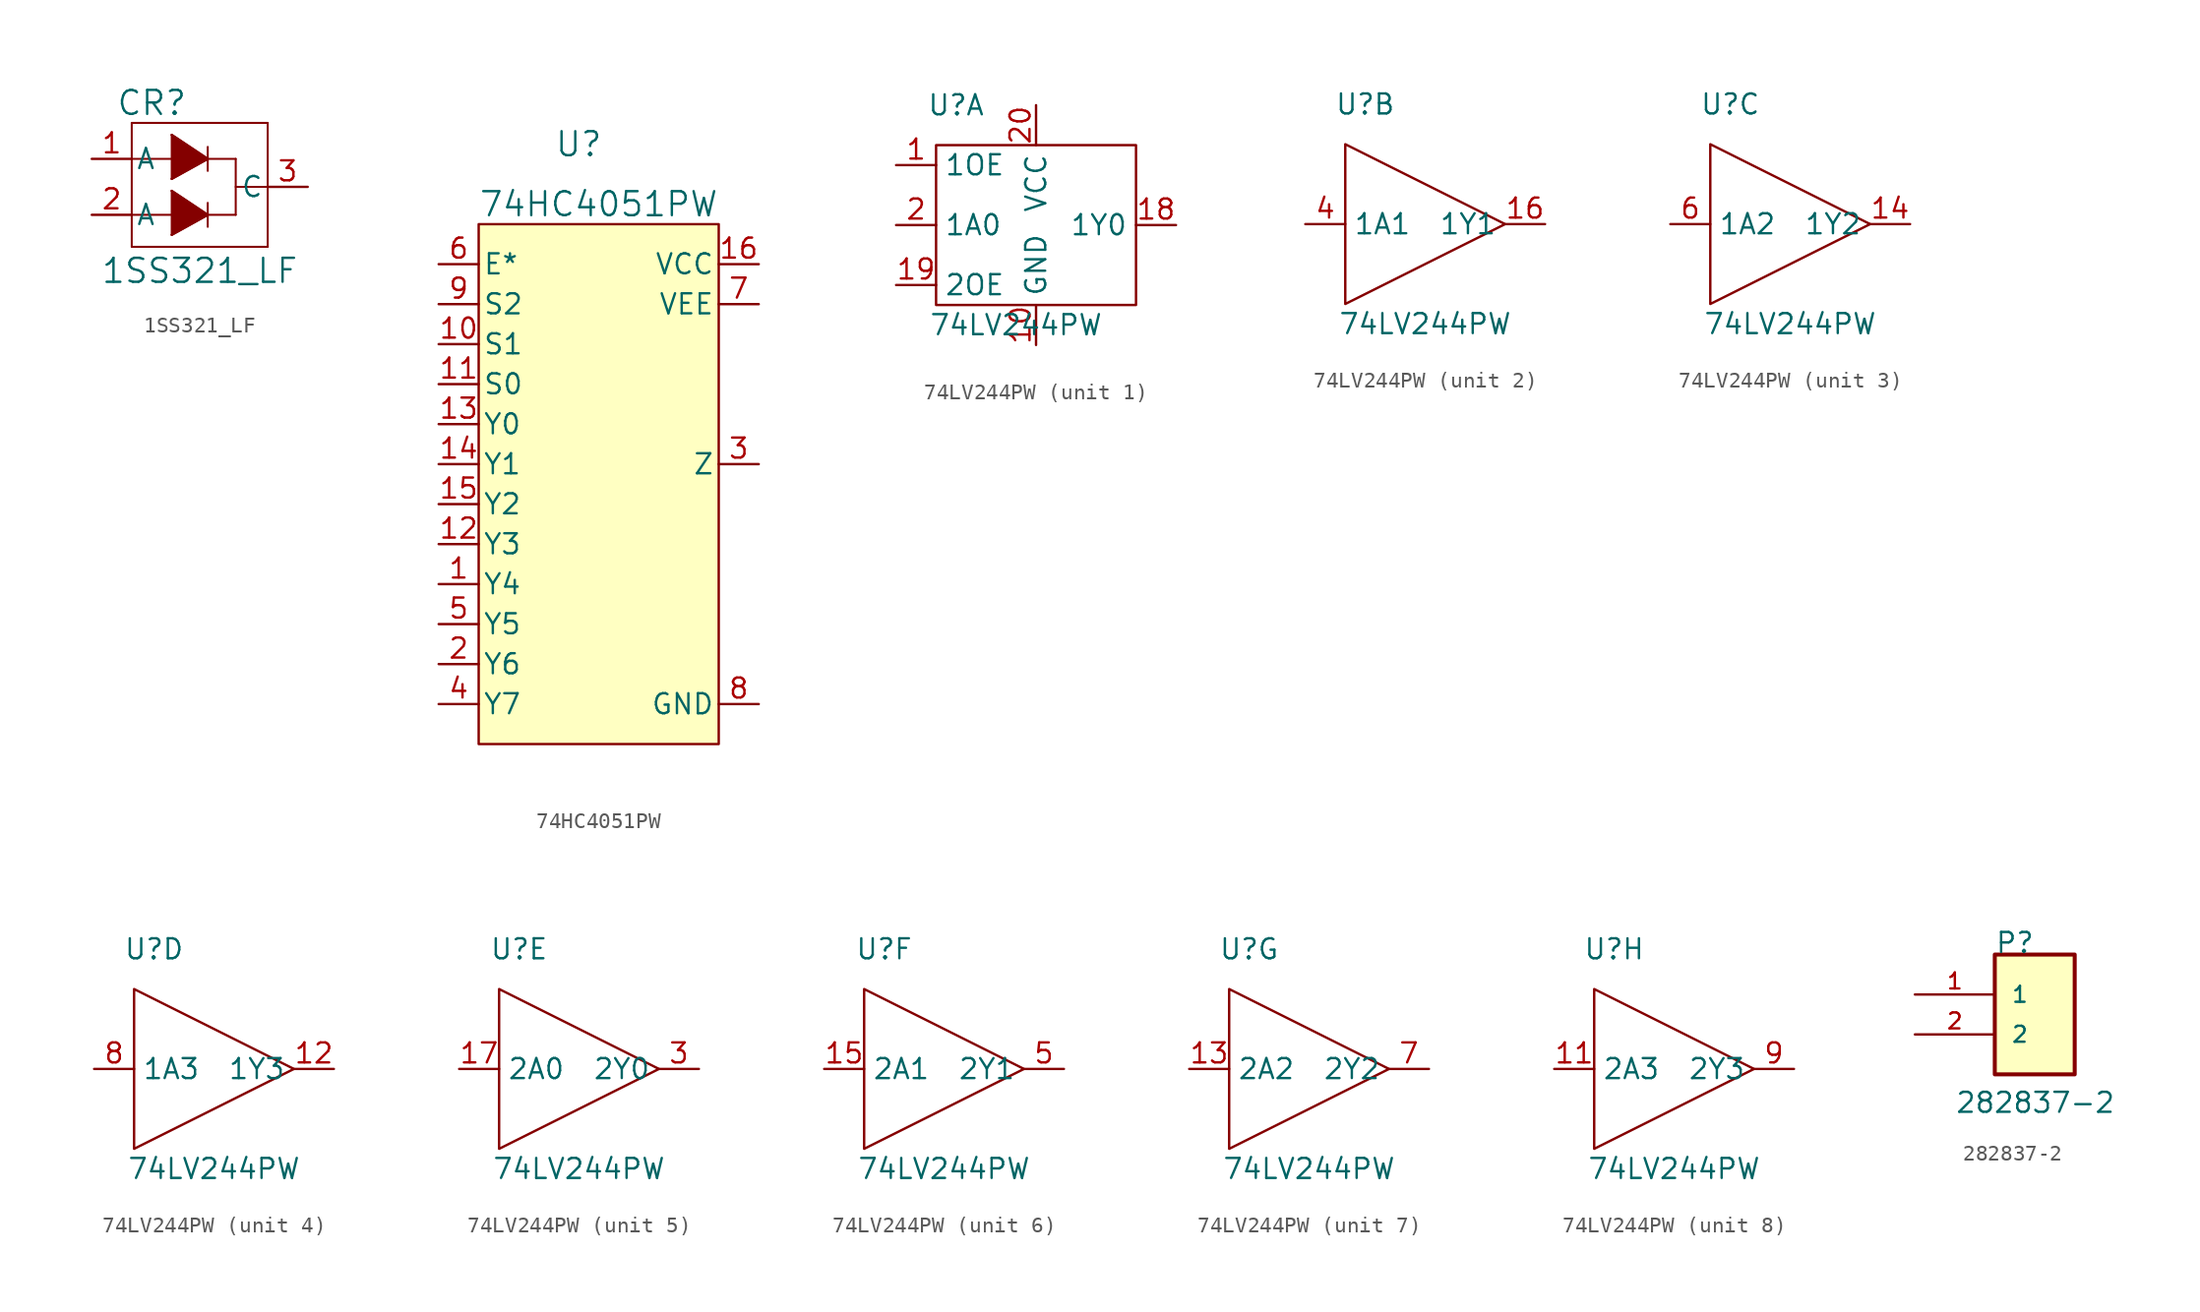
<source format=kicad_sym>
(kicad_symbol_lib
  (version 20211014)
  (generator kicad_symbol_editor)
  (symbol "1SS321_LF"
    (pin_names
      (offset 0.254))
    (property "Reference" "CR"
      (at 13.97 6.096 0)
      (effects (font (size 1.524 1.524))))
    (property "Value" "1SS321_LF"
      (at 17.018 -4.572 0)
      (effects (font (size 1.524 1.524))))
    (symbol "1SS321_LF_0_1"
      (polyline (pts (xy 12.7 -3.048) (xy 21.336 -3.048)) (stroke (width 0.127) (type default) (color 0 0 0 0)) (fill (type none)))
      (polyline (pts (xy 12.7 2.54) (xy 15.24 2.54)) (stroke (width 0.127) (type default) (color 0 0 0 0)) (fill (type none)))
      (polyline (pts (xy 12.7 4.826) (xy 12.7 -3.048)) (stroke (width 0.127) (type default) (color 0 0 0 0)) (fill (type none)))
      (polyline (pts (xy 15.24 -2.286) (xy 17.526 -1.016)) (stroke (width 0.127) (type default) (color 0 0 0 0)) (fill (type none)))
      (polyline (pts (xy 15.24 -1.016) (xy 12.7 -1.016)) (stroke (width 0.127) (type default) (color 0 0 0 0)) (fill (type none)))
      (polyline (pts (xy 15.24 0.508) (xy 15.24 -2.286)) (stroke (width 0.127) (type default) (color 0 0 0 0)) (fill (type none)))
      (polyline (pts (xy 15.24 1.27) (xy 17.526 2.54)) (stroke (width 0.127) (type default) (color 0 0 0 0)) (fill (type none)))
      (polyline (pts (xy 15.24 4.064) (xy 15.24 1.27)) (stroke (width 0.127) (type default) (color 0 0 0 0)) (fill (type none)))
      (polyline (pts (xy 17.526 -1.778) (xy 17.526 -0.254)) (stroke (width 0.127) (type default) (color 0 0 0 0)) (fill (type none)))
      (polyline (pts (xy 17.526 -1.016) (xy 15.24 0.508)) (stroke (width 0.127) (type default) (color 0 0 0 0)) (fill (type none)))
      (polyline (pts (xy 17.526 -1.016) (xy 19.304 -1.016)) (stroke (width 0.127) (type default) (color 0 0 0 0)) (fill (type none)))
      (polyline (pts (xy 17.526 1.778) (xy 17.526 3.302)) (stroke (width 0.127) (type default) (color 0 0 0 0)) (fill (type none)))
      (polyline (pts (xy 17.526 2.54) (xy 15.24 4.064)) (stroke (width 0.127) (type default) (color 0 0 0 0)) (fill (type none)))
      (polyline (pts (xy 17.526 2.54) (xy 19.304 2.54)) (stroke (width 0.127) (type default) (color 0 0 0 0)) (fill (type none)))
      (polyline (pts (xy 19.304 2.54) (xy 19.304 -1.016)) (stroke (width 0.127) (type default) (color 0 0 0 0)) (fill (type none)))
      (polyline (pts (xy 21.336 -3.048) (xy 21.336 4.826)) (stroke (width 0.127) (type default) (color 0 0 0 0)) (fill (type none)))
      (polyline (pts (xy 21.336 0.762) (xy 19.304 0.762)) (stroke (width 0.127) (type default) (color 0 0 0 0)) (fill (type none)))
      (polyline (pts (xy 21.336 4.826) (xy 12.7 4.826)) (stroke (width 0.127) (type default) (color 0 0 0 0)) (fill (type none)))
      (polyline (pts (xy 15.24 0.508) (xy 17.526 -1.016) (xy 15.24 -2.286)) (stroke (width 0) (type default) (color 0 0 0 0)) (fill (type outline)))
      (polyline (pts (xy 15.24 4.064) (xy 17.526 2.54) (xy 15.24 1.27)) (stroke (width 0) (type default) (color 0 0 0 0)) (fill (type outline)))
      (pin unspecified line (at 10.16 2.54 0) (length 2.54) (name "A" (effects (font (size 1.27 1.27)))) (number "1" (effects (font (size 1.27 1.27)))))
      (pin unspecified line (at 10.16 -1.016 0) (length 2.54) (name "A" (effects (font (size 1.27 1.27)))) (number "2" (effects (font (size 1.27 1.27)))))
      (pin unspecified line (at 23.876 0.762 180) (length 2.54) (name "C" (effects (font (size 1.27 1.27)))) (number "3" (effects (font (size 1.27 1.27)))))))
  (symbol "74HC4051PW"
    (pin_names
      (offset 0.254))
    (property "Reference" "U"
      (at 21.59 10.16 0)
      (effects (font (size 1.524 1.524))))
    (property "Value" "74HC4051PW"
      (at 22.86 6.35 0)
      (effects (font (size 1.524 1.524))))
    (symbol "74HC4051PW_0_0"
      (rectangle (start 15.24 5.08) (end 30.48 -27.94) (stroke (width 0) (type default) (color 0 0 0 0)) (fill (type background))))
    (symbol "74HC4051PW_0_1"
      (pin bidirectional line (at 12.7 -17.78 0) (length 2.54) (name "Y4" (effects (font (size 1.27 1.27)))) (number "1" (effects (font (size 1.27 1.27)))))
      (pin input line (at 12.7 -2.54 0) (length 2.54) (name "S1" (effects (font (size 1.27 1.27)))) (number "10" (effects (font (size 1.27 1.27)))))
      (pin input line (at 12.7 -5.08 0) (length 2.54) (name "S0" (effects (font (size 1.27 1.27)))) (number "11" (effects (font (size 1.27 1.27)))))
      (pin bidirectional line (at 12.7 -15.24 0) (length 2.54) (name "Y3" (effects (font (size 1.27 1.27)))) (number "12" (effects (font (size 1.27 1.27)))))
      (pin bidirectional line (at 12.7 -7.62 0) (length 2.54) (name "Y0" (effects (font (size 1.27 1.27)))) (number "13" (effects (font (size 1.27 1.27)))))
      (pin bidirectional line (at 12.7 -10.16 0) (length 2.54) (name "Y1" (effects (font (size 1.27 1.27)))) (number "14" (effects (font (size 1.27 1.27)))))
      (pin bidirectional line (at 12.7 -12.7 0) (length 2.54) (name "Y2" (effects (font (size 1.27 1.27)))) (number "15" (effects (font (size 1.27 1.27)))))
      (pin power_in line (at 33.02 2.54 180) (length 2.54) (name "VCC" (effects (font (size 1.27 1.27)))) (number "16" (effects (font (size 1.27 1.27)))))
      (pin bidirectional line (at 12.7 -22.86 0) (length 2.54) (name "Y6" (effects (font (size 1.27 1.27)))) (number "2" (effects (font (size 1.27 1.27)))))
      (pin bidirectional line (at 33.02 -10.16 180) (length 2.54) (name "Z" (effects (font (size 1.27 1.27)))) (number "3" (effects (font (size 1.27 1.27)))))
      (pin bidirectional line (at 12.7 -25.4 0) (length 2.54) (name "Y7" (effects (font (size 1.27 1.27)))) (number "4" (effects (font (size 1.27 1.27)))))
      (pin bidirectional line (at 12.7 -20.32 0) (length 2.54) (name "Y5" (effects (font (size 1.27 1.27)))) (number "5" (effects (font (size 1.27 1.27)))))
      (pin input line (at 12.7 2.54 0) (length 2.54) (name "E*" (effects (font (size 1.27 1.27)))) (number "6" (effects (font (size 1.27 1.27)))))
      (pin power_in line (at 33.02 0 180) (length 2.54) (name "VEE" (effects (font (size 1.27 1.27)))) (number "7" (effects (font (size 1.27 1.27)))))
      (pin power_in line (at 33.02 -25.4 180) (length 2.54) (name "GND" (effects (font (size 1.27 1.27)))) (number "8" (effects (font (size 1.27 1.27)))))
      (pin input line (at 12.7 0 0) (length 2.54) (name "S2" (effects (font (size 1.27 1.27)))) (number "9" (effects (font (size 1.27 1.27)))))))
  (symbol "74LV244PW"
    (property "Reference" "U"
      (at -5.08 7.62 0)
      (effects (font (size 1.27 1.27))))
    (property "Value" "74LV244PW"
      (at -1.27 -6.35 0)
      (effects (font (size 1.27 1.27))))
    (property "ki_locked" ""
      (at 0 0 0)
      (effects (font (size 1.27 1.27))))
    (symbol "74LV244PW_1_1"
      (rectangle (start -6.35 5.08) (end 6.35 -5.08) (stroke (width 0) (type default) (color 0 0 0 0)) (fill (type none)))
      (pin power_in line (at -8.89 3.81 0) (length 2.54) (name "1OE" (effects (font (size 1.27 1.27)))) (number "1" (effects (font (size 1.27 1.27)))))
      (pin power_in line (at 0 -7.62 90) (length 2.54) (name "GND" (effects (font (size 1.27 1.27)))) (number "10" (effects (font (size 1.27 1.27)))))
      (pin output line (at 8.89 0 180) (length 2.54) (name "1Y0" (effects (font (size 1.27 1.27)))) (number "18" (effects (font (size 1.27 1.27)))))
      (pin power_in line (at -8.89 -3.81 0) (length 2.54) (name "2OE" (effects (font (size 1.27 1.27)))) (number "19" (effects (font (size 1.27 1.27)))))
      (pin input line (at -8.89 0 0) (length 2.54) (name "1A0" (effects (font (size 1.27 1.27)))) (number "2" (effects (font (size 1.27 1.27)))))
      (pin power_in line (at 0 7.62 270) (length 2.54) (name "VCC" (effects (font (size 1.27 1.27)))) (number "20" (effects (font (size 1.27 1.27))))))
    (symbol "74LV244PW_2_1"
      (polyline (pts (xy -6.35 0) (xy -6.35 5.08) (xy 3.81 0) (xy -6.35 -5.08) (xy -6.35 0)) (stroke (width 0) (type default) (color 0 0 0 0)) (fill (type none)))
      (pin output line (at 6.35 0 180) (length 2.54) (name "1Y1" (effects (font (size 1.27 1.27)))) (number "16" (effects (font (size 1.27 1.27)))))
      (pin input line (at -8.89 0 0) (length 2.54) (name "1A1" (effects (font (size 1.27 1.27)))) (number "4" (effects (font (size 1.27 1.27))))))
    (symbol "74LV244PW_3_1"
      (polyline (pts (xy -6.35 0) (xy -6.35 5.08) (xy 3.81 0) (xy -6.35 -5.08) (xy -6.35 0)) (stroke (width 0) (type default) (color 0 0 0 0)) (fill (type none)))
      (pin output line (at 6.35 0 180) (length 2.54) (name "1Y2" (effects (font (size 1.27 1.27)))) (number "14" (effects (font (size 1.27 1.27)))))
      (pin input line (at -8.89 0 0) (length 2.54) (name "1A2" (effects (font (size 1.27 1.27)))) (number "6" (effects (font (size 1.27 1.27))))))
    (symbol "74LV244PW_4_1"
      (polyline (pts (xy -6.35 0) (xy -6.35 5.08) (xy 3.81 0) (xy -6.35 -5.08) (xy -6.35 0)) (stroke (width 0) (type default) (color 0 0 0 0)) (fill (type none)))
      (pin output line (at 6.35 0 180) (length 2.54) (name "1Y3" (effects (font (size 1.27 1.27)))) (number "12" (effects (font (size 1.27 1.27)))))
      (pin input line (at -8.89 0 0) (length 2.54) (name "1A3" (effects (font (size 1.27 1.27)))) (number "8" (effects (font (size 1.27 1.27))))))
    (symbol "74LV244PW_5_1"
      (polyline (pts (xy -6.35 0) (xy -6.35 5.08) (xy 3.81 0) (xy -6.35 -5.08) (xy -6.35 0)) (stroke (width 0) (type default) (color 0 0 0 0)) (fill (type none)))
      (pin input line (at -8.89 0 0) (length 2.54) (name "2A0" (effects (font (size 1.27 1.27)))) (number "17" (effects (font (size 1.27 1.27)))))
      (pin output line (at 6.35 0 180) (length 2.54) (name "2Y0" (effects (font (size 1.27 1.27)))) (number "3" (effects (font (size 1.27 1.27))))))
    (symbol "74LV244PW_6_1"
      (polyline (pts (xy -6.35 0) (xy -6.35 5.08) (xy 3.81 0) (xy -6.35 -5.08) (xy -6.35 0)) (stroke (width 0) (type default) (color 0 0 0 0)) (fill (type none)))
      (pin input line (at -8.89 0 0) (length 2.54) (name "2A1" (effects (font (size 1.27 1.27)))) (number "15" (effects (font (size 1.27 1.27)))))
      (pin output line (at 6.35 0 180) (length 2.54) (name "2Y1" (effects (font (size 1.27 1.27)))) (number "5" (effects (font (size 1.27 1.27))))))
    (symbol "74LV244PW_7_1"
      (polyline (pts (xy -6.35 0) (xy -6.35 5.08) (xy 3.81 0) (xy -6.35 -5.08) (xy -6.35 0)) (stroke (width 0) (type default) (color 0 0 0 0)) (fill (type none)))
      (pin input line (at -8.89 0 0) (length 2.54) (name "2A2" (effects (font (size 1.27 1.27)))) (number "13" (effects (font (size 1.27 1.27)))))
      (pin output line (at 6.35 0 180) (length 2.54) (name "2Y2" (effects (font (size 1.27 1.27)))) (number "7" (effects (font (size 1.27 1.27))))))
    (symbol "74LV244PW_8_1"
      (polyline (pts (xy -6.35 0) (xy -6.35 5.08) (xy 3.81 0) (xy -6.35 -5.08) (xy -6.35 0)) (stroke (width 0) (type default) (color 0 0 0 0)) (fill (type none)))
      (pin input line (at -8.89 0 0) (length 2.54) (name "2A3" (effects (font (size 1.27 1.27)))) (number "11" (effects (font (size 1.27 1.27)))))
      (pin output line (at 6.35 0 180) (length 2.54) (name "2Y3" (effects (font (size 1.27 1.27)))) (number "9" (effects (font (size 1.27 1.27)))))))
  (symbol "282837-2"
    (pin_names
      (offset 1.016))
    (property "Reference" "P"
      (at -2.541 2.544 0)
      (effects (font (size 1.27 1.27)) (justify left bottom)))
    (property "Value" "282837-2"
      (at -5.08 -7.62 0)
      (effects (font (size 1.27 1.27)) (justify left bottom)))
    (symbol "282837-2_0_0"
      (rectangle (start -2.54 -5.08) (end 2.54 2.54) (stroke (width 0.254) (type default) (color 0 0 0 0)) (fill (type background)))
      (pin passive line (at -7.62 0 0) (length 5.08) (name "1" (effects (font (size 1.016 1.016)))) (number "1" (effects (font (size 1.016 1.016)))))
      (pin passive line (at -7.62 -2.54 0) (length 5.08) (name "2" (effects (font (size 1.016 1.016)))) (number "2" (effects (font (size 1.016 1.016))))))))
</source>
